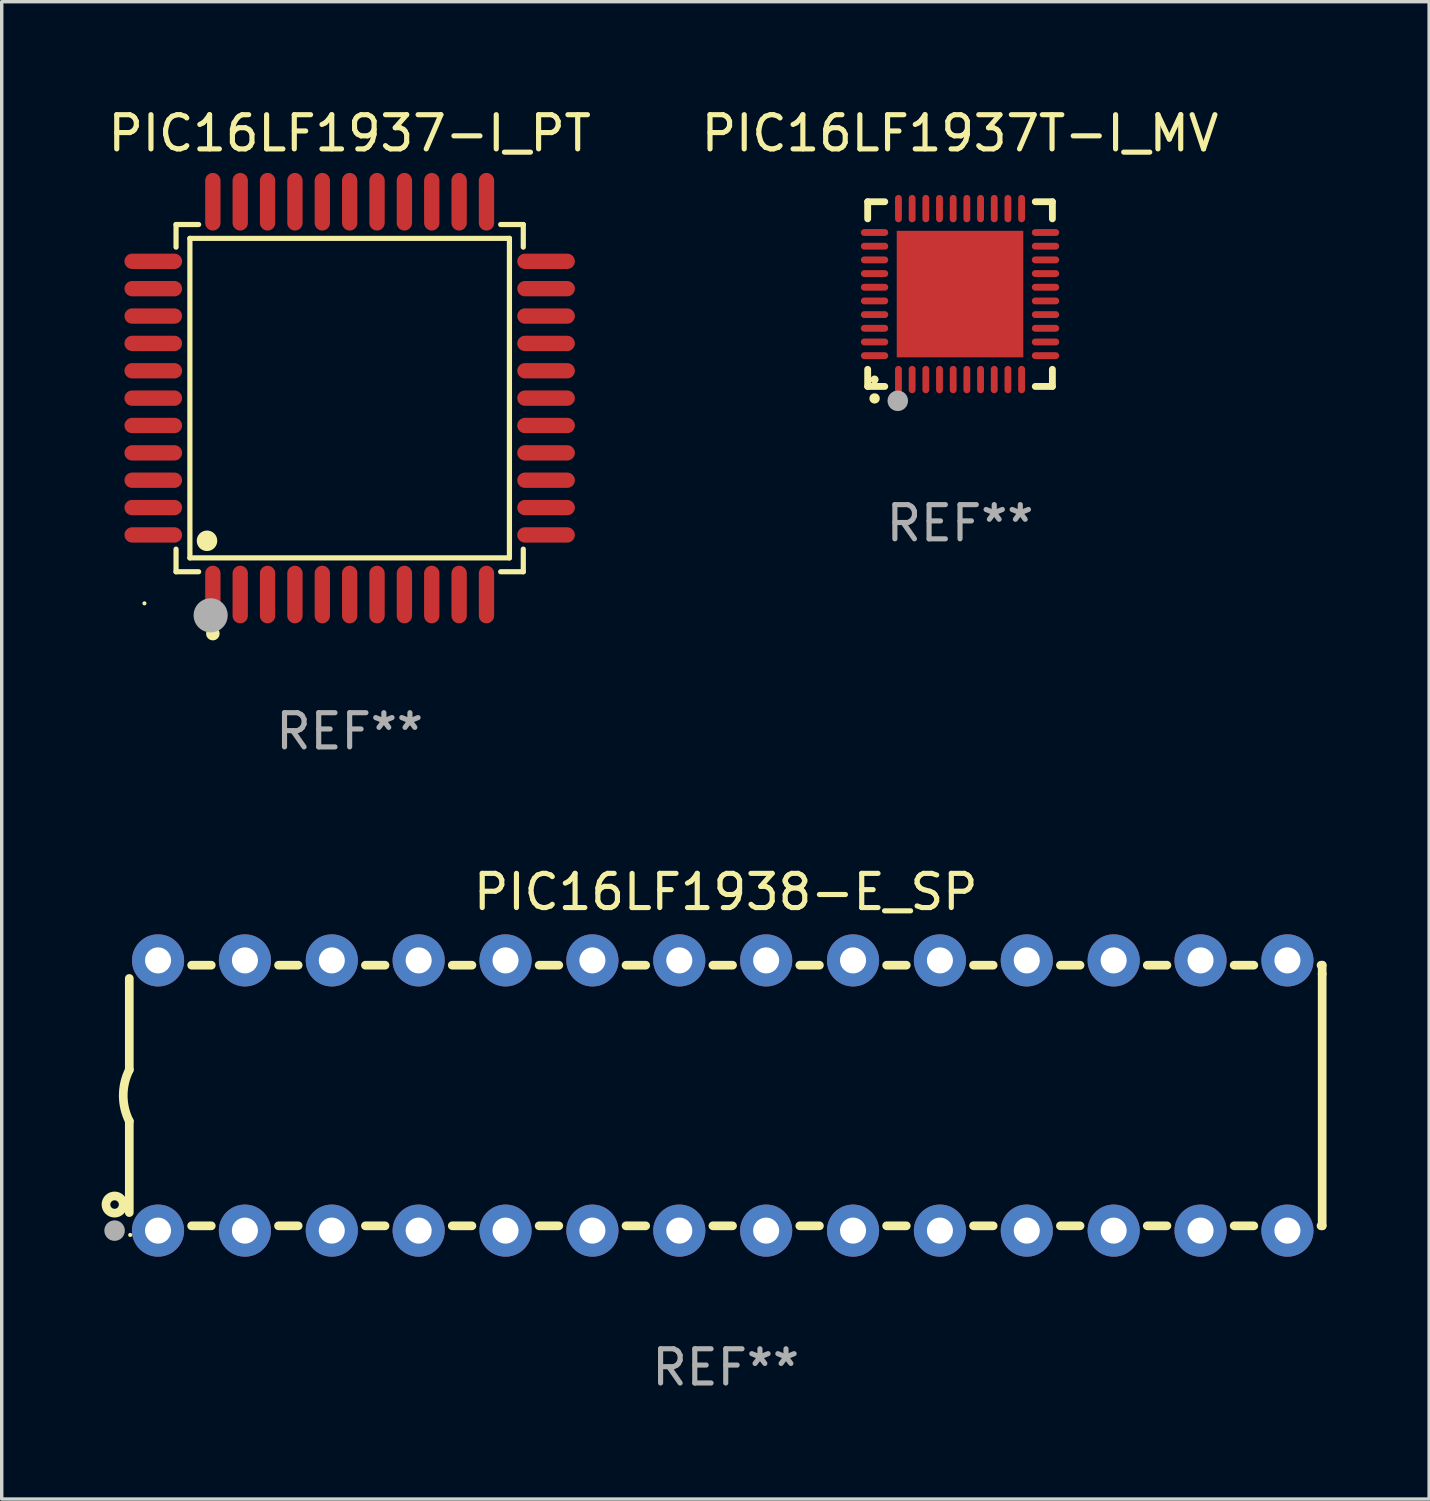
<source format=kicad_pcb>
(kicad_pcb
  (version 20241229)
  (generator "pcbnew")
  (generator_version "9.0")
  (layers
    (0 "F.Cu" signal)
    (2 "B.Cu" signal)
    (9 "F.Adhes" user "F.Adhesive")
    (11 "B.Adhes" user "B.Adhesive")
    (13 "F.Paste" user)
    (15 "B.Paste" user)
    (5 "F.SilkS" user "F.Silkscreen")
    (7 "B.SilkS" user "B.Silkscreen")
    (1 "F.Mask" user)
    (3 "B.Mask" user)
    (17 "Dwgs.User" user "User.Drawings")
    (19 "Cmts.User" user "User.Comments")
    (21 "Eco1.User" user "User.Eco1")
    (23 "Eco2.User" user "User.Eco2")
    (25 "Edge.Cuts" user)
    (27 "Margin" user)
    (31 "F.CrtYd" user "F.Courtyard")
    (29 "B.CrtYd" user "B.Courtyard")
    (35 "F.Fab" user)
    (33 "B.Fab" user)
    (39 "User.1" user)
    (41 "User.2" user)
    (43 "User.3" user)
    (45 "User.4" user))
  (footprint "PIC16LF1937-I_PT"
    (layer "F.Cu")
    (at 7.173 8.59)
    (property "Reference" "PIC16LF1937-I_PT" (at 0 -7.742 0) (layer "F.SilkS") (effects (font (size 1 1) (thickness 0.15))))
    (attr through_hole)
    (fp_line (start -5.076 -5.076) (end -4.415 -5.076) (stroke (width 0.152) (type solid)) (layer "F.SilkS"))
    (fp_line (start -5.076 -4.415) (end -5.076 -5.076) (stroke (width 0.152) (type solid)) (layer "F.SilkS"))
    (fp_line (start -5.076 4.415) (end -5.076 5.076) (stroke (width 0.152) (type solid)) (layer "F.SilkS"))
    (fp_line (start -5.076 5.076) (end -4.415 5.076) (stroke (width 0.152) (type solid)) (layer "F.SilkS"))
    (fp_line (start -4.671 -4.671) (end 4.671 -4.671) (stroke (width 0.152) (type solid)) (layer "F.SilkS"))
    (fp_line (start -4.671 4.671) (end -4.671 -4.671) (stroke (width 0.152) (type solid)) (layer "F.SilkS"))
    (fp_line (start 4.671 -4.671) (end 4.671 4.671) (stroke (width 0.152) (type solid)) (layer "F.SilkS"))
    (fp_line (start 4.671 4.671) (end -4.671 4.671) (stroke (width 0.152) (type solid)) (layer "F.SilkS"))
    (fp_line (start 5.076 -5.076) (end 4.415 -5.076) (stroke (width 0.152) (type solid)) (layer "F.SilkS"))
    (fp_line (start 5.076 -4.415) (end 5.076 -5.076) (stroke (width 0.152) (type solid)) (layer "F.SilkS"))
    (fp_line (start 5.076 4.415) (end 5.076 5.076) (stroke (width 0.152) (type solid)) (layer "F.SilkS"))
    (fp_line (start 5.076 5.076) (end 4.415 5.076) (stroke (width 0.152) (type solid)) (layer "F.SilkS"))
    (fp_circle (center -6 6) (end -5.97 6) (stroke (width 0.06) (type solid)) (fill no) (layer "F.SilkS"))
    (fp_circle (center -4.171 4.171) (end -4.021 4.171) (stroke (width 0.3) (type solid)) (fill no) (layer "F.SilkS"))
    (fp_circle (center -4 6.884) (end -3.9 6.884) (stroke (width 0.2) (type solid)) (fill no) (layer "F.SilkS"))
    (fp_circle (center -4.064 6.35) (end -3.814 6.35) (stroke (width 0.5) (type solid)) (fill no) (layer "F.Fab"))
    (fp_text user "REF**" (at 0 9.742 0) (layer "F.Fab") (effects (font (size 1 1) (thickness 0.15))))
    (pad "1" smd oval (at -4 5.742) (size 0.448 1.684) (layers "F.Cu" "F.Mask" "F.Paste"))
    (pad "2" smd oval (at -3.2 5.742) (size 0.448 1.684) (layers "F.Cu" "F.Mask" "F.Paste"))
    (pad "3" smd oval (at -2.4 5.742) (size 0.448 1.684) (layers "F.Cu" "F.Mask" "F.Paste"))
    (pad "4" smd oval (at -1.6 5.742) (size 0.448 1.684) (layers "F.Cu" "F.Mask" "F.Paste"))
    (pad "5" smd oval (at -0.8 5.742) (size 0.448 1.684) (layers "F.Cu" "F.Mask" "F.Paste"))
    (pad "6" smd oval (at 0 5.742) (size 0.448 1.684) (layers "F.Cu" "F.Mask" "F.Paste"))
    (pad "7" smd oval (at 0.8 5.742) (size 0.448 1.684) (layers "F.Cu" "F.Mask" "F.Paste"))
    (pad "8" smd oval (at 1.6 5.742) (size 0.448 1.684) (layers "F.Cu" "F.Mask" "F.Paste"))
    (pad "9" smd oval (at 2.4 5.742) (size 0.448 1.684) (layers "F.Cu" "F.Mask" "F.Paste"))
    (pad "10" smd oval (at 3.2 5.742) (size 0.448 1.684) (layers "F.Cu" "F.Mask" "F.Paste"))
    (pad "11" smd oval (at 4 5.742) (size 0.448 1.684) (layers "F.Cu" "F.Mask" "F.Paste"))
    (pad "12" smd oval (at 5.742 4) (size 1.684 0.448) (layers "F.Cu" "F.Mask" "F.Paste"))
    (pad "13" smd oval (at 5.742 3.2) (size 1.684 0.448) (layers "F.Cu" "F.Mask" "F.Paste"))
    (pad "14" smd oval (at 5.742 2.4) (size 1.684 0.448) (layers "F.Cu" "F.Mask" "F.Paste"))
    (pad "15" smd oval (at 5.742 1.6) (size 1.684 0.448) (layers "F.Cu" "F.Mask" "F.Paste"))
    (pad "16" smd oval (at 5.742 0.8) (size 1.684 0.448) (layers "F.Cu" "F.Mask" "F.Paste"))
    (pad "17" smd oval (at 5.742 0) (size 1.684 0.448) (layers "F.Cu" "F.Mask" "F.Paste"))
    (pad "18" smd oval (at 5.742 -0.8) (size 1.684 0.448) (layers "F.Cu" "F.Mask" "F.Paste"))
    (pad "19" smd oval (at 5.742 -1.6) (size 1.684 0.448) (layers "F.Cu" "F.Mask" "F.Paste"))
    (pad "20" smd oval (at 5.742 -2.4) (size 1.684 0.448) (layers "F.Cu" "F.Mask" "F.Paste"))
    (pad "21" smd oval (at 5.742 -3.2) (size 1.684 0.448) (layers "F.Cu" "F.Mask" "F.Paste"))
    (pad "22" smd oval (at 5.742 -4) (size 1.684 0.448) (layers "F.Cu" "F.Mask" "F.Paste"))
    (pad "23" smd oval (at 4 -5.742) (size 0.448 1.684) (layers "F.Cu" "F.Mask" "F.Paste"))
    (pad "24" smd oval (at 3.2 -5.742) (size 0.448 1.684) (layers "F.Cu" "F.Mask" "F.Paste"))
    (pad "25" smd oval (at 2.4 -5.742) (size 0.448 1.684) (layers "F.Cu" "F.Mask" "F.Paste"))
    (pad "26" smd oval (at 1.6 -5.742) (size 0.448 1.684) (layers "F.Cu" "F.Mask" "F.Paste"))
    (pad "27" smd oval (at 0.8 -5.742) (size 0.448 1.684) (layers "F.Cu" "F.Mask" "F.Paste"))
    (pad "28" smd oval (at 0 -5.742) (size 0.448 1.684) (layers "F.Cu" "F.Mask" "F.Paste"))
    (pad "29" smd oval (at -0.8 -5.742) (size 0.448 1.684) (layers "F.Cu" "F.Mask" "F.Paste"))
    (pad "30" smd oval (at -1.6 -5.742) (size 0.448 1.684) (layers "F.Cu" "F.Mask" "F.Paste"))
    (pad "31" smd oval (at -2.4 -5.742) (size 0.448 1.684) (layers "F.Cu" "F.Mask" "F.Paste"))
    (pad "32" smd oval (at -3.2 -5.742) (size 0.448 1.684) (layers "F.Cu" "F.Mask" "F.Paste"))
    (pad "33" smd oval (at -4 -5.742) (size 0.448 1.684) (layers "F.Cu" "F.Mask" "F.Paste"))
    (pad "34" smd oval (at -5.742 -4) (size 1.684 0.448) (layers "F.Cu" "F.Mask" "F.Paste"))
    (pad "35" smd oval (at -5.742 -3.2) (size 1.684 0.448) (layers "F.Cu" "F.Mask" "F.Paste"))
    (pad "36" smd oval (at -5.742 -2.4) (size 1.684 0.448) (layers "F.Cu" "F.Mask" "F.Paste"))
    (pad "37" smd oval (at -5.742 -1.6) (size 1.684 0.448) (layers "F.Cu" "F.Mask" "F.Paste"))
    (pad "38" smd oval (at -5.742 -0.8) (size 1.684 0.448) (layers "F.Cu" "F.Mask" "F.Paste"))
    (pad "39" smd oval (at -5.742 0) (size 1.684 0.448) (layers "F.Cu" "F.Mask" "F.Paste"))
    (pad "40" smd oval (at -5.742 0.8) (size 1.684 0.448) (layers "F.Cu" "F.Mask" "F.Paste"))
    (pad "41" smd oval (at -5.742 1.6) (size 1.684 0.448) (layers "F.Cu" "F.Mask" "F.Paste"))
    (pad "42" smd oval (at -5.742 2.4) (size 1.684 0.448) (layers "F.Cu" "F.Mask" "F.Paste"))
    (pad "43" smd oval (at -5.742 3.2) (size 1.684 0.448) (layers "F.Cu" "F.Mask" "F.Paste"))
    (pad "44" smd oval (at -5.742 4) (size 1.684 0.448) (layers "F.Cu" "F.Mask" "F.Paste")))
  (footprint "PIC16LF1937T-I_MV"
    (layer "F.Cu")
    (at 25.018 5.548)
    (property "Reference" "PIC16LF1937T-I_MV" (at 0 -4.7 0) (layer "F.SilkS") (effects (font (size 1 1) (thickness 0.15))))
    (attr through_hole)
    (fp_line (start -2.7 -2.7) (end -2.7 -2.2) (stroke (width 0.2) (type solid)) (layer "F.SilkS"))
    (fp_line (start -2.7 2.7) (end -2.7 2.2) (stroke (width 0.2) (type solid)) (layer "F.SilkS"))
    (fp_line (start -2.2 -2.7) (end -2.7 -2.7) (stroke (width 0.2) (type solid)) (layer "F.SilkS"))
    (fp_line (start -2.2 2.7) (end -2.7 2.7) (stroke (width 0.2) (type solid)) (layer "F.SilkS"))
    (fp_line (start 2.7 -2.7) (end 2.2 -2.7) (stroke (width 0.2) (type solid)) (layer "F.SilkS"))
    (fp_line (start 2.7 -2.2) (end 2.7 -2.7) (stroke (width 0.2) (type solid)) (layer "F.SilkS"))
    (fp_line (start 2.7 2.2) (end 2.7 2.7) (stroke (width 0.2) (type solid)) (layer "F.SilkS"))
    (fp_line (start 2.7 2.7) (end 2.2 2.7) (stroke (width 0.2) (type solid)) (layer "F.SilkS"))
    (fp_arc (start -2.499365 3.050546) (mid -2.498095 3.050541) (end -2.496825 3.050546) (stroke (width 0.3) (type solid)) (layer "F.SilkS"))
    (fp_circle (center -2.5 2.5) (end -2.44 2.5) (stroke (width 0.12) (type solid)) (fill no) (layer "F.SilkS"))
    (fp_circle (center -1.82 3.12) (end -1.67 3.12) (stroke (width 0.3) (type solid)) (fill no) (layer "F.Fab"))
    (fp_text user "REF**" (at 0 6.7 0) (layer "F.Fab") (effects (font (size 1 1) (thickness 0.15))))
    (pad "1" smd oval (at -1.8 2.499) (size 0.2 0.8) (layers "F.Cu" "F.Mask" "F.Paste"))
    (pad "2" smd oval (at -1.4 2.499) (size 0.2 0.8) (layers "F.Cu" "F.Mask" "F.Paste"))
    (pad "3" smd oval (at -1 2.499) (size 0.2 0.8) (layers "F.Cu" "F.Mask" "F.Paste"))
    (pad "4" smd oval (at -0.6 2.499) (size 0.2 0.8) (layers "F.Cu" "F.Mask" "F.Paste"))
    (pad "5" smd oval (at -0.2 2.499) (size 0.2 0.8) (layers "F.Cu" "F.Mask" "F.Paste"))
    (pad "6" smd oval (at 0.2 2.499) (size 0.2 0.8) (layers "F.Cu" "F.Mask" "F.Paste"))
    (pad "7" smd oval (at 0.6 2.499) (size 0.2 0.8) (layers "F.Cu" "F.Mask" "F.Paste"))
    (pad "8" smd oval (at 1 2.499) (size 0.2 0.8) (layers "F.Cu" "F.Mask" "F.Paste"))
    (pad "9" smd oval (at 1.4 2.499) (size 0.2 0.8) (layers "F.Cu" "F.Mask" "F.Paste"))
    (pad "10" smd oval (at 1.8 2.499) (size 0.2 0.8) (layers "F.Cu" "F.Mask" "F.Paste"))
    (pad "11" smd oval (at 2.499 1.8) (size 0.8 0.2) (layers "F.Cu" "F.Mask" "F.Paste"))
    (pad "12" smd oval (at 2.499 1.4) (size 0.8 0.2) (layers "F.Cu" "F.Mask" "F.Paste"))
    (pad "13" smd oval (at 2.499 1) (size 0.8 0.2) (layers "F.Cu" "F.Mask" "F.Paste"))
    (pad "14" smd oval (at 2.499 0.6) (size 0.8 0.2) (layers "F.Cu" "F.Mask" "F.Paste"))
    (pad "15" smd oval (at 2.499 0.2) (size 0.8 0.2) (layers "F.Cu" "F.Mask" "F.Paste"))
    (pad "16" smd oval (at 2.499 -0.2) (size 0.8 0.2) (layers "F.Cu" "F.Mask" "F.Paste"))
    (pad "17" smd oval (at 2.499 -0.6) (size 0.8 0.2) (layers "F.Cu" "F.Mask" "F.Paste"))
    (pad "18" smd oval (at 2.499 -1) (size 0.8 0.2) (layers "F.Cu" "F.Mask" "F.Paste"))
    (pad "19" smd oval (at 2.499 -1.4) (size 0.8 0.2) (layers "F.Cu" "F.Mask" "F.Paste"))
    (pad "20" smd oval (at 2.499 -1.8) (size 0.8 0.2) (layers "F.Cu" "F.Mask" "F.Paste"))
    (pad "21" smd oval (at 1.8 -2.499) (size 0.2 0.8) (layers "F.Cu" "F.Mask" "F.Paste"))
    (pad "22" smd oval (at 1.4 -2.499) (size 0.2 0.8) (layers "F.Cu" "F.Mask" "F.Paste"))
    (pad "23" smd oval (at 1 -2.499) (size 0.2 0.8) (layers "F.Cu" "F.Mask" "F.Paste"))
    (pad "24" smd oval (at 0.6 -2.499) (size 0.2 0.8) (layers "F.Cu" "F.Mask" "F.Paste"))
    (pad "25" smd oval (at 0.2 -2.499) (size 0.2 0.8) (layers "F.Cu" "F.Mask" "F.Paste"))
    (pad "26" smd oval (at -0.2 -2.499) (size 0.2 0.8) (layers "F.Cu" "F.Mask" "F.Paste"))
    (pad "27" smd oval (at -0.6 -2.499) (size 0.2 0.8) (layers "F.Cu" "F.Mask" "F.Paste"))
    (pad "28" smd oval (at -1 -2.499) (size 0.2 0.8) (layers "F.Cu" "F.Mask" "F.Paste"))
    (pad "29" smd oval (at -1.4 -2.499) (size 0.2 0.8) (layers "F.Cu" "F.Mask" "F.Paste"))
    (pad "30" smd oval (at -1.8 -2.499) (size 0.2 0.8) (layers "F.Cu" "F.Mask" "F.Paste"))
    (pad "31" smd oval (at -2.499 -1.8) (size 0.8 0.2) (layers "F.Cu" "F.Mask" "F.Paste"))
    (pad "32" smd oval (at -2.499 -1.4) (size 0.8 0.2) (layers "F.Cu" "F.Mask" "F.Paste"))
    (pad "33" smd oval (at -2.499 -1) (size 0.8 0.2) (layers "F.Cu" "F.Mask" "F.Paste"))
    (pad "34" smd oval (at -2.499 -0.6) (size 0.8 0.2) (layers "F.Cu" "F.Mask" "F.Paste"))
    (pad "35" smd oval (at -2.499 -0.2) (size 0.8 0.2) (layers "F.Cu" "F.Mask" "F.Paste"))
    (pad "36" smd oval (at -2.499 0.2) (size 0.8 0.2) (layers "F.Cu" "F.Mask" "F.Paste"))
    (pad "37" smd oval (at -2.499 0.6) (size 0.8 0.2) (layers "F.Cu" "F.Mask" "F.Paste"))
    (pad "38" smd oval (at -2.499 1) (size 0.8 0.2) (layers "F.Cu" "F.Mask" "F.Paste"))
    (pad "39" smd oval (at -2.499 1.4) (size 0.8 0.2) (layers "F.Cu" "F.Mask" "F.Paste"))
    (pad "40" smd oval (at -2.499 1.8) (size 0.8 0.2) (layers "F.Cu" "F.Mask" "F.Paste"))
    (pad "41" smd rect (at 0 0) (size 3.7 3.7) (layers "F.Cu" "F.Mask" "F.Paste")))
  (footprint "PIC16LF1938-E_SP"
    (layer "F.Cu")
    (at 18.168 28.979)
    (property "Reference" "PIC16LF1938-E_SP" (at 0 -5.95 0) (layer "F.SilkS") (effects (font (size 1 1) (thickness 0.15))))
    (attr through_hole)
    (fp_line (start -17.438 0.75) (end -17.438 3.423) (stroke (width 0.254) (type solid)) (layer "F.SilkS"))
    (fp_line (start -17.438 -3.423) (end -17.438 -0.75) (stroke (width 0.254) (type solid)) (layer "F.SilkS"))
    (fp_line (start -15.615 3.81) (end -15.041 3.81) (stroke (width 0.254) (type solid)) (layer "F.SilkS"))
    (fp_line (start -15.041 -3.81) (end -15.614 -3.81) (stroke (width 0.254) (type solid)) (layer "F.SilkS"))
    (fp_line (start -13.075 3.81) (end -12.501 3.81) (stroke (width 0.254) (type solid)) (layer "F.SilkS"))
    (fp_line (start -12.501 -3.81) (end -13.074 -3.81) (stroke (width 0.254) (type solid)) (layer "F.SilkS"))
    (fp_line (start -10.535 3.81) (end -9.961 3.81) (stroke (width 0.254) (type solid)) (layer "F.SilkS"))
    (fp_line (start -9.961 -3.81) (end -10.534 -3.81) (stroke (width 0.254) (type solid)) (layer "F.SilkS"))
    (fp_line (start -7.995 3.81) (end -7.421 3.81) (stroke (width 0.254) (type solid)) (layer "F.SilkS"))
    (fp_line (start -7.421 -3.81) (end -7.995 -3.81) (stroke (width 0.254) (type solid)) (layer "F.SilkS"))
    (fp_line (start -5.455 3.81) (end -4.881 3.81) (stroke (width 0.254) (type solid)) (layer "F.SilkS"))
    (fp_line (start -4.881 -3.81) (end -5.455 -3.81) (stroke (width 0.254) (type solid)) (layer "F.SilkS"))
    (fp_line (start -2.915 3.81) (end -2.341 3.81) (stroke (width 0.254) (type solid)) (layer "F.SilkS"))
    (fp_line (start -2.341 -3.81) (end -2.915 -3.81) (stroke (width 0.254) (type solid)) (layer "F.SilkS"))
    (fp_line (start -0.375 3.81) (end 0.199 3.81) (stroke (width 0.254) (type solid)) (layer "F.SilkS"))
    (fp_line (start 0.199 -3.81) (end -0.375 -3.81) (stroke (width 0.254) (type solid)) (layer "F.SilkS"))
    (fp_line (start 2.165 3.81) (end 2.739 3.81) (stroke (width 0.254) (type solid)) (layer "F.SilkS"))
    (fp_line (start 2.739 -3.81) (end 2.165 -3.81) (stroke (width 0.254) (type solid)) (layer "F.SilkS"))
    (fp_line (start 4.705 3.81) (end 5.279 3.81) (stroke (width 0.254) (type solid)) (layer "F.SilkS"))
    (fp_line (start 5.279 -3.81) (end 4.705 -3.81) (stroke (width 0.254) (type solid)) (layer "F.SilkS"))
    (fp_line (start 7.245 3.81) (end 7.819 3.81) (stroke (width 0.254) (type solid)) (layer "F.SilkS"))
    (fp_line (start 7.819 -3.81) (end 7.245 -3.81) (stroke (width 0.254) (type solid)) (layer "F.SilkS"))
    (fp_line (start 9.785 3.81) (end 10.359 3.81) (stroke (width 0.254) (type solid)) (layer "F.SilkS"))
    (fp_line (start 10.359 -3.81) (end 9.785 -3.81) (stroke (width 0.254) (type solid)) (layer "F.SilkS"))
    (fp_line (start 12.325 3.81) (end 12.899 3.81) (stroke (width 0.254) (type solid)) (layer "F.SilkS"))
    (fp_line (start 12.899 -3.81) (end 12.325 -3.81) (stroke (width 0.254) (type solid)) (layer "F.SilkS"))
    (fp_line (start 14.865 3.81) (end 15.439 3.81) (stroke (width 0.254) (type solid)) (layer "F.SilkS"))
    (fp_line (start 15.439 -3.81) (end 14.865 -3.81) (stroke (width 0.254) (type solid)) (layer "F.SilkS"))
    (fp_line (start 17.405 3.81) (end 17.438 3.81) (stroke (width 0.254) (type solid)) (layer "F.SilkS"))
    (fp_line (start 17.438 -3.81) (end 17.405 -3.81) (stroke (width 0.254) (type solid)) (layer "F.SilkS"))
    (fp_line (start 17.438 -3.556) (end 17.438 -3.81) (stroke (width 0.254) (type solid)) (layer "F.SilkS"))
    (fp_line (start 17.438 3.81) (end 17.438 -3.556) (stroke (width 0.254) (type solid)) (layer "F.SilkS"))
    (fp_arc (start -17.437986 0.749657) (mid -17.614887 -0.000024) (end -17.437783 -0.749657) (stroke (width 0.254001) (type solid)) (layer "F.SilkS"))
    (fp_circle (center -17.868 3.188) (end -17.743 3.188) (stroke (width 0.254) (type solid)) (fill no) (layer "F.SilkS"))
    (fp_circle (center -17.411 4.077) (end -17.381 4.077) (stroke (width 0.06) (type solid)) (fill no) (layer "F.SilkS"))
    (fp_circle (center -17.868 3.95) (end -17.718 3.95) (stroke (width 0.3) (type solid)) (fill no) (layer "F.Fab"))
    (fp_text user "REF**" (at 0 7.95 0) (layer "F.Fab") (effects (font (size 1 1) (thickness 0.15))))
    (pad "1" thru_hole circle (at -16.598 3.95) (size 1.524 1.524) (drill 0.762) (layers "*.Cu" "*.Mask"))
    (pad "2" thru_hole circle (at -14.058 3.95) (size 1.524 1.524) (drill 0.762) (layers "*.Cu" "*.Mask"))
    (pad "3" thru_hole circle (at -11.518 3.95) (size 1.524 1.524) (drill 0.762) (layers "*.Cu" "*.Mask"))
    (pad "4" thru_hole circle (at -8.978 3.95) (size 1.524 1.524) (drill 0.762) (layers "*.Cu" "*.Mask"))
    (pad "5" thru_hole circle (at -6.438 3.95) (size 1.524 1.524) (drill 0.762) (layers "*.Cu" "*.Mask"))
    (pad "6" thru_hole circle (at -3.898 3.95) (size 1.524 1.524) (drill 0.762) (layers "*.Cu" "*.Mask"))
    (pad "7" thru_hole circle (at -1.358 3.95) (size 1.524 1.524) (drill 0.762) (layers "*.Cu" "*.Mask"))
    (pad "8" thru_hole circle (at 1.182 3.95) (size 1.524 1.524) (drill 0.762) (layers "*.Cu" "*.Mask"))
    (pad "9" thru_hole circle (at 3.722 3.95) (size 1.524 1.524) (drill 0.762) (layers "*.Cu" "*.Mask"))
    (pad "10" thru_hole circle (at 6.262 3.95) (size 1.524 1.524) (drill 0.762) (layers "*.Cu" "*.Mask"))
    (pad "11" thru_hole circle (at 8.802 3.95) (size 1.524 1.524) (drill 0.762) (layers "*.Cu" "*.Mask"))
    (pad "12" thru_hole circle (at 11.342 3.95) (size 1.524 1.524) (drill 0.762) (layers "*.Cu" "*.Mask"))
    (pad "13" thru_hole circle (at 13.882 3.95) (size 1.524 1.524) (drill 0.762) (layers "*.Cu" "*.Mask"))
    (pad "14" thru_hole circle (at 16.422 3.95) (size 1.524 1.524) (drill 0.762) (layers "*.Cu" "*.Mask"))
    (pad "15" thru_hole circle (at 16.422 -3.95) (size 1.524 1.524) (drill 0.762) (layers "*.Cu" "*.Mask"))
    (pad "16" thru_hole circle (at 13.882 -3.95) (size 1.524 1.524) (drill 0.762) (layers "*.Cu" "*.Mask"))
    (pad "17" thru_hole circle (at 11.342 -3.95) (size 1.524 1.524) (drill 0.762) (layers "*.Cu" "*.Mask"))
    (pad "18" thru_hole circle (at 8.802 -3.95) (size 1.524 1.524) (drill 0.762) (layers "*.Cu" "*.Mask"))
    (pad "19" thru_hole circle (at 6.262 -3.95) (size 1.524 1.524) (drill 0.762) (layers "*.Cu" "*.Mask"))
    (pad "20" thru_hole circle (at 3.722 -3.95) (size 1.524 1.524) (drill 0.762) (layers "*.Cu" "*.Mask"))
    (pad "21" thru_hole circle (at 1.182 -3.95) (size 1.524 1.524) (drill 0.762) (layers "*.Cu" "*.Mask"))
    (pad "22" thru_hole circle (at -1.358 -3.95) (size 1.524 1.524) (drill 0.762) (layers "*.Cu" "*.Mask"))
    (pad "23" thru_hole circle (at -3.898 -3.95) (size 1.524 1.524) (drill 0.762) (layers "*.Cu" "*.Mask"))
    (pad "24" thru_hole circle (at -6.438 -3.95) (size 1.524 1.524) (drill 0.762) (layers "*.Cu" "*.Mask"))
    (pad "25" thru_hole circle (at -8.978 -3.95) (size 1.524 1.524) (drill 0.762) (layers "*.Cu" "*.Mask"))
    (pad "26" thru_hole circle (at -11.517 -3.95) (size 1.524 1.524) (drill 0.762) (layers "*.Cu" "*.Mask"))
    (pad "27" thru_hole circle (at -14.057 -3.95) (size 1.524 1.524) (drill 0.762) (layers "*.Cu" "*.Mask"))
    (pad "28" thru_hole circle (at -16.597 -3.95) (size 1.524 1.524) (drill 0.762) (layers "*.Cu" "*.Mask")))
  (gr_rect
    (start -3 -3)
    (end 38.733 40.777)
    (stroke (width 0.1) (type default))
    (fill no)
    (layer "Edge.Cuts")))
</source>
